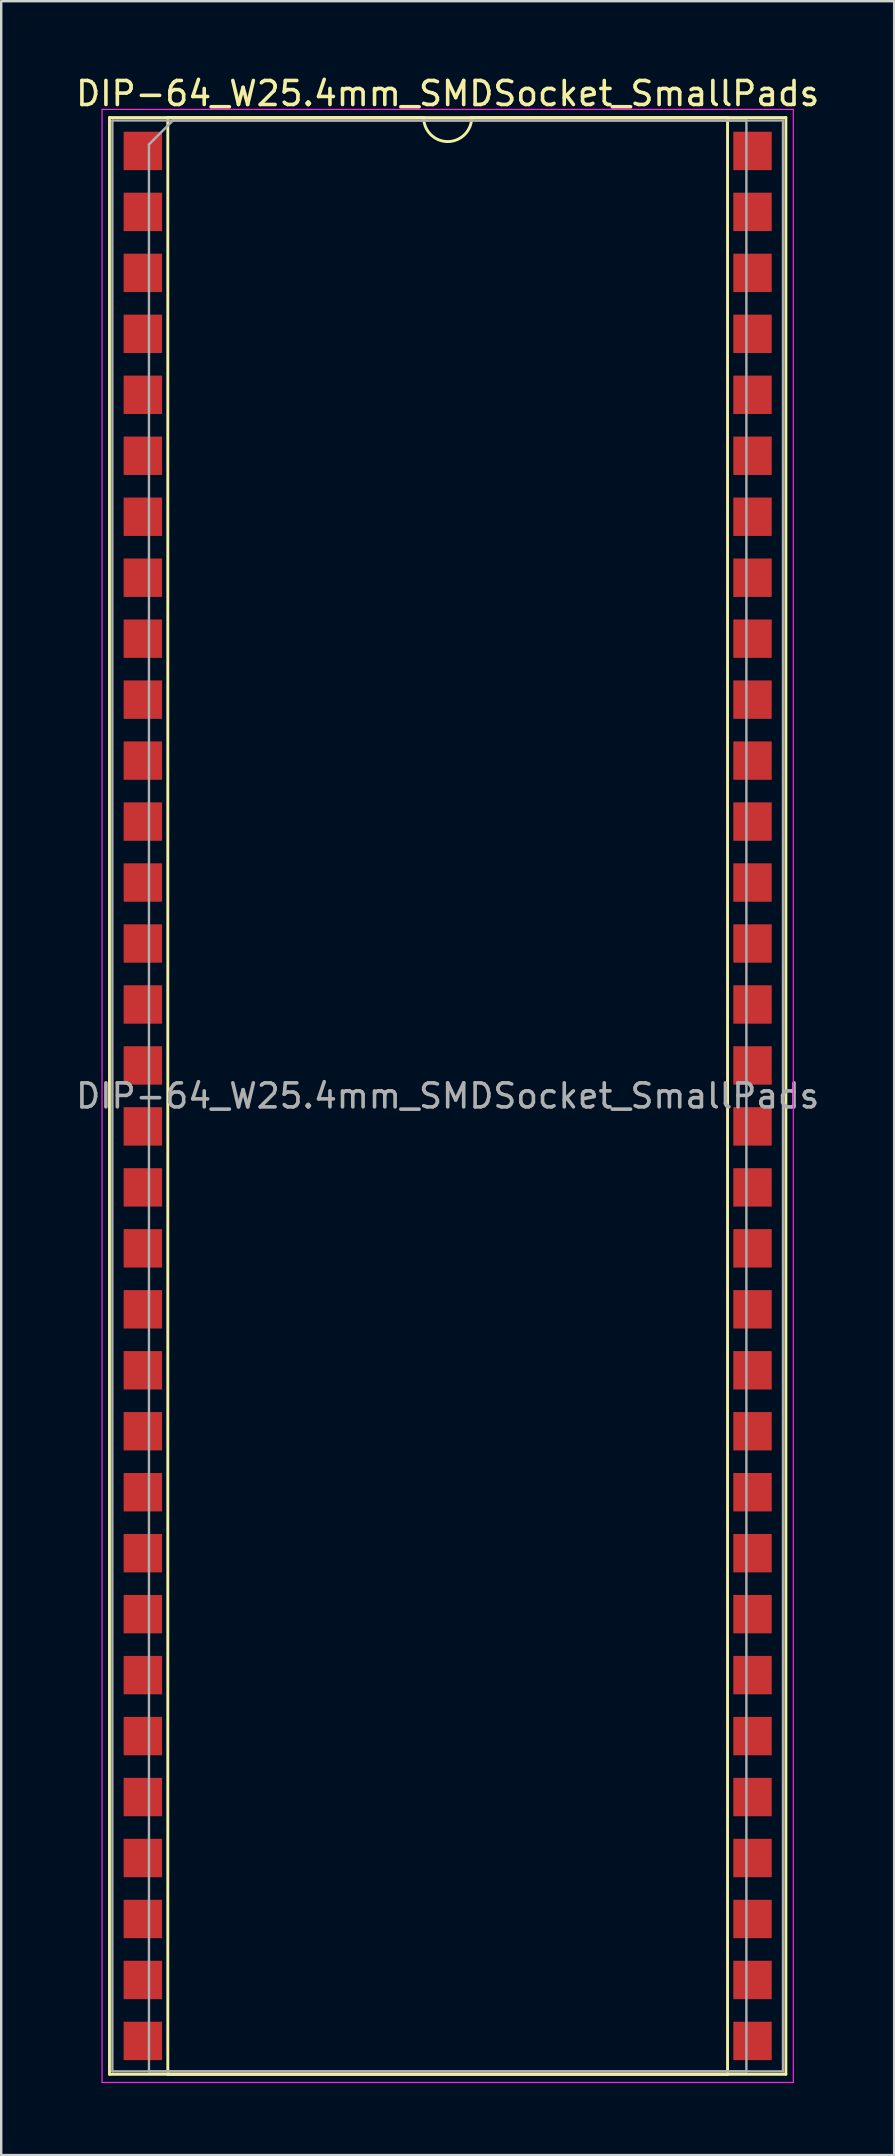
<source format=kicad_pcb>
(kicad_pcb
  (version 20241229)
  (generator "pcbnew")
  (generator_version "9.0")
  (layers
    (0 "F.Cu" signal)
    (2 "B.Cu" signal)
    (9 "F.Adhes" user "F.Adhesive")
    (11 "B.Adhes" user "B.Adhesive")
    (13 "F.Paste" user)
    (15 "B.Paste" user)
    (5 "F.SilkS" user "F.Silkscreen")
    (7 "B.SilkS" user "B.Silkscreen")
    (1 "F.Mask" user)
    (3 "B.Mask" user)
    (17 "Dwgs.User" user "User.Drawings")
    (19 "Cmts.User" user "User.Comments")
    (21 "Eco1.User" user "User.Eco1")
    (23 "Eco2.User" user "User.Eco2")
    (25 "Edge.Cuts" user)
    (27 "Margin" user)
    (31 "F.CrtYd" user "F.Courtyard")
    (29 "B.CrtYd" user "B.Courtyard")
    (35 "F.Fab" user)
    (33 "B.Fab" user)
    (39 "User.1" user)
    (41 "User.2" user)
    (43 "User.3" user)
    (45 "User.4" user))
  (footprint "DIP-64_W25.4mm_SMDSocket_SmallPads"
    (layer "F.Cu")
    (at 15.601 42.608)
    (property "Reference" "DIP-64_W25.4mm_SMDSocket_SmallPads" (at 0 -41.76 0) (layer "F.SilkS") (effects (font (size 1 1) (thickness 0.15))))
    (attr smd)
    (fp_line (start -14.09 -40.76) (end -14.09 40.76) (stroke (width 0.12) (type solid)) (layer "F.SilkS"))
    (fp_line (start -14.09 40.76) (end 14.09 40.76) (stroke (width 0.12) (type solid)) (layer "F.SilkS"))
    (fp_line (start -11.66 -40.76) (end -11.66 40.76) (stroke (width 0.12) (type solid)) (layer "F.SilkS"))
    (fp_line (start -11.66 40.76) (end 11.66 40.76) (stroke (width 0.12) (type solid)) (layer "F.SilkS"))
    (fp_line (start -1 -40.76) (end -11.66 -40.76) (stroke (width 0.12) (type solid)) (layer "F.SilkS"))
    (fp_line (start 11.66 -40.76) (end 1 -40.76) (stroke (width 0.12) (type solid)) (layer "F.SilkS"))
    (fp_line (start 11.66 40.76) (end 11.66 -40.76) (stroke (width 0.12) (type solid)) (layer "F.SilkS"))
    (fp_line (start 14.09 -40.76) (end -14.09 -40.76) (stroke (width 0.12) (type solid)) (layer "F.SilkS"))
    (fp_line (start 14.09 40.76) (end 14.09 -40.76) (stroke (width 0.12) (type solid)) (layer "F.SilkS"))
    (fp_arc (start 1 -40.76) (mid 0 -39.76) (end -1 -40.76) (stroke (width 0.12) (type solid)) (layer "F.SilkS"))
    (fp_line (start -14.4 -41.1) (end -14.4 41.1) (stroke (width 0.05) (type solid)) (layer "F.CrtYd"))
    (fp_line (start -14.4 41.1) (end 14.4 41.1) (stroke (width 0.05) (type solid)) (layer "F.CrtYd"))
    (fp_line (start 14.4 -41.1) (end -14.4 -41.1) (stroke (width 0.05) (type solid)) (layer "F.CrtYd"))
    (fp_line (start 14.4 41.1) (end 14.4 -41.1) (stroke (width 0.05) (type solid)) (layer "F.CrtYd"))
    (fp_line (start -13.97 -40.64) (end -13.97 40.64) (stroke (width 0.1) (type solid)) (layer "F.Fab"))
    (fp_line (start -13.97 40.64) (end 13.97 40.64) (stroke (width 0.1) (type solid)) (layer "F.Fab"))
    (fp_line (start -12.445 -39.64) (end -11.445 -40.64) (stroke (width 0.1) (type solid)) (layer "F.Fab"))
    (fp_line (start -12.445 40.64) (end -12.445 -39.64) (stroke (width 0.1) (type solid)) (layer "F.Fab"))
    (fp_line (start -11.445 -40.64) (end 12.445 -40.64) (stroke (width 0.1) (type solid)) (layer "F.Fab"))
    (fp_line (start 12.445 -40.64) (end 12.445 40.64) (stroke (width 0.1) (type solid)) (layer "F.Fab"))
    (fp_line (start 12.445 40.64) (end -12.445 40.64) (stroke (width 0.1) (type solid)) (layer "F.Fab"))
    (fp_line (start 13.97 -40.64) (end -13.97 -40.64) (stroke (width 0.1) (type solid)) (layer "F.Fab"))
    (fp_line (start 13.97 40.64) (end 13.97 -40.64) (stroke (width 0.1) (type solid)) (layer "F.Fab"))
    (fp_text user "${REFERENCE}" (at 0 0 0) (layer "F.Fab") (effects (font (size 1 1) (thickness 0.15))))
    (pad "1" smd rect (at -12.7 -39.37) (size 1.6 1.6) (layers "F.Cu" "F.Mask" "F.Paste"))
    (pad "2" smd rect (at -12.7 -36.83) (size 1.6 1.6) (layers "F.Cu" "F.Mask" "F.Paste"))
    (pad "3" smd rect (at -12.7 -34.29) (size 1.6 1.6) (layers "F.Cu" "F.Mask" "F.Paste"))
    (pad "4" smd rect (at -12.7 -31.75) (size 1.6 1.6) (layers "F.Cu" "F.Mask" "F.Paste"))
    (pad "5" smd rect (at -12.7 -29.21) (size 1.6 1.6) (layers "F.Cu" "F.Mask" "F.Paste"))
    (pad "6" smd rect (at -12.7 -26.67) (size 1.6 1.6) (layers "F.Cu" "F.Mask" "F.Paste"))
    (pad "7" smd rect (at -12.7 -24.13) (size 1.6 1.6) (layers "F.Cu" "F.Mask" "F.Paste"))
    (pad "8" smd rect (at -12.7 -21.59) (size 1.6 1.6) (layers "F.Cu" "F.Mask" "F.Paste"))
    (pad "9" smd rect (at -12.7 -19.05) (size 1.6 1.6) (layers "F.Cu" "F.Mask" "F.Paste"))
    (pad "10" smd rect (at -12.7 -16.51) (size 1.6 1.6) (layers "F.Cu" "F.Mask" "F.Paste"))
    (pad "11" smd rect (at -12.7 -13.97) (size 1.6 1.6) (layers "F.Cu" "F.Mask" "F.Paste"))
    (pad "12" smd rect (at -12.7 -11.43) (size 1.6 1.6) (layers "F.Cu" "F.Mask" "F.Paste"))
    (pad "13" smd rect (at -12.7 -8.89) (size 1.6 1.6) (layers "F.Cu" "F.Mask" "F.Paste"))
    (pad "14" smd rect (at -12.7 -6.35) (size 1.6 1.6) (layers "F.Cu" "F.Mask" "F.Paste"))
    (pad "15" smd rect (at -12.7 -3.81) (size 1.6 1.6) (layers "F.Cu" "F.Mask" "F.Paste"))
    (pad "16" smd rect (at -12.7 -1.27) (size 1.6 1.6) (layers "F.Cu" "F.Mask" "F.Paste"))
    (pad "17" smd rect (at -12.7 1.27) (size 1.6 1.6) (layers "F.Cu" "F.Mask" "F.Paste"))
    (pad "18" smd rect (at -12.7 3.81) (size 1.6 1.6) (layers "F.Cu" "F.Mask" "F.Paste"))
    (pad "19" smd rect (at -12.7 6.35) (size 1.6 1.6) (layers "F.Cu" "F.Mask" "F.Paste"))
    (pad "20" smd rect (at -12.7 8.89) (size 1.6 1.6) (layers "F.Cu" "F.Mask" "F.Paste"))
    (pad "21" smd rect (at -12.7 11.43) (size 1.6 1.6) (layers "F.Cu" "F.Mask" "F.Paste"))
    (pad "22" smd rect (at -12.7 13.97) (size 1.6 1.6) (layers "F.Cu" "F.Mask" "F.Paste"))
    (pad "23" smd rect (at -12.7 16.51) (size 1.6 1.6) (layers "F.Cu" "F.Mask" "F.Paste"))
    (pad "24" smd rect (at -12.7 19.05) (size 1.6 1.6) (layers "F.Cu" "F.Mask" "F.Paste"))
    (pad "25" smd rect (at -12.7 21.59) (size 1.6 1.6) (layers "F.Cu" "F.Mask" "F.Paste"))
    (pad "26" smd rect (at -12.7 24.13) (size 1.6 1.6) (layers "F.Cu" "F.Mask" "F.Paste"))
    (pad "27" smd rect (at -12.7 26.67) (size 1.6 1.6) (layers "F.Cu" "F.Mask" "F.Paste"))
    (pad "28" smd rect (at -12.7 29.21) (size 1.6 1.6) (layers "F.Cu" "F.Mask" "F.Paste"))
    (pad "29" smd rect (at -12.7 31.75) (size 1.6 1.6) (layers "F.Cu" "F.Mask" "F.Paste"))
    (pad "30" smd rect (at -12.7 34.29) (size 1.6 1.6) (layers "F.Cu" "F.Mask" "F.Paste"))
    (pad "31" smd rect (at -12.7 36.83) (size 1.6 1.6) (layers "F.Cu" "F.Mask" "F.Paste"))
    (pad "32" smd rect (at -12.7 39.37) (size 1.6 1.6) (layers "F.Cu" "F.Mask" "F.Paste"))
    (pad "33" smd rect (at 12.7 39.37) (size 1.6 1.6) (layers "F.Cu" "F.Mask" "F.Paste"))
    (pad "34" smd rect (at 12.7 36.83) (size 1.6 1.6) (layers "F.Cu" "F.Mask" "F.Paste"))
    (pad "35" smd rect (at 12.7 34.29) (size 1.6 1.6) (layers "F.Cu" "F.Mask" "F.Paste"))
    (pad "36" smd rect (at 12.7 31.75) (size 1.6 1.6) (layers "F.Cu" "F.Mask" "F.Paste"))
    (pad "37" smd rect (at 12.7 29.21) (size 1.6 1.6) (layers "F.Cu" "F.Mask" "F.Paste"))
    (pad "38" smd rect (at 12.7 26.67) (size 1.6 1.6) (layers "F.Cu" "F.Mask" "F.Paste"))
    (pad "39" smd rect (at 12.7 24.13) (size 1.6 1.6) (layers "F.Cu" "F.Mask" "F.Paste"))
    (pad "40" smd rect (at 12.7 21.59) (size 1.6 1.6) (layers "F.Cu" "F.Mask" "F.Paste"))
    (pad "41" smd rect (at 12.7 19.05) (size 1.6 1.6) (layers "F.Cu" "F.Mask" "F.Paste"))
    (pad "42" smd rect (at 12.7 16.51) (size 1.6 1.6) (layers "F.Cu" "F.Mask" "F.Paste"))
    (pad "43" smd rect (at 12.7 13.97) (size 1.6 1.6) (layers "F.Cu" "F.Mask" "F.Paste"))
    (pad "44" smd rect (at 12.7 11.43) (size 1.6 1.6) (layers "F.Cu" "F.Mask" "F.Paste"))
    (pad "45" smd rect (at 12.7 8.89) (size 1.6 1.6) (layers "F.Cu" "F.Mask" "F.Paste"))
    (pad "46" smd rect (at 12.7 6.35) (size 1.6 1.6) (layers "F.Cu" "F.Mask" "F.Paste"))
    (pad "47" smd rect (at 12.7 3.81) (size 1.6 1.6) (layers "F.Cu" "F.Mask" "F.Paste"))
    (pad "48" smd rect (at 12.7 1.27) (size 1.6 1.6) (layers "F.Cu" "F.Mask" "F.Paste"))
    (pad "49" smd rect (at 12.7 -1.27) (size 1.6 1.6) (layers "F.Cu" "F.Mask" "F.Paste"))
    (pad "50" smd rect (at 12.7 -3.81) (size 1.6 1.6) (layers "F.Cu" "F.Mask" "F.Paste"))
    (pad "51" smd rect (at 12.7 -6.35) (size 1.6 1.6) (layers "F.Cu" "F.Mask" "F.Paste"))
    (pad "52" smd rect (at 12.7 -8.89) (size 1.6 1.6) (layers "F.Cu" "F.Mask" "F.Paste"))
    (pad "53" smd rect (at 12.7 -11.43) (size 1.6 1.6) (layers "F.Cu" "F.Mask" "F.Paste"))
    (pad "54" smd rect (at 12.7 -13.97) (size 1.6 1.6) (layers "F.Cu" "F.Mask" "F.Paste"))
    (pad "55" smd rect (at 12.7 -16.51) (size 1.6 1.6) (layers "F.Cu" "F.Mask" "F.Paste"))
    (pad "56" smd rect (at 12.7 -19.05) (size 1.6 1.6) (layers "F.Cu" "F.Mask" "F.Paste"))
    (pad "57" smd rect (at 12.7 -21.59) (size 1.6 1.6) (layers "F.Cu" "F.Mask" "F.Paste"))
    (pad "58" smd rect (at 12.7 -24.13) (size 1.6 1.6) (layers "F.Cu" "F.Mask" "F.Paste"))
    (pad "59" smd rect (at 12.7 -26.67) (size 1.6 1.6) (layers "F.Cu" "F.Mask" "F.Paste"))
    (pad "60" smd rect (at 12.7 -29.21) (size 1.6 1.6) (layers "F.Cu" "F.Mask" "F.Paste"))
    (pad "61" smd rect (at 12.7 -31.75) (size 1.6 1.6) (layers "F.Cu" "F.Mask" "F.Paste"))
    (pad "62" smd rect (at 12.7 -34.29) (size 1.6 1.6) (layers "F.Cu" "F.Mask" "F.Paste"))
    (pad "63" smd rect (at 12.7 -36.83) (size 1.6 1.6) (layers "F.Cu" "F.Mask" "F.Paste"))
    (pad "64" smd rect (at 12.7 -39.37) (size 1.6 1.6) (layers "F.Cu" "F.Mask" "F.Paste")))
  (gr_rect
    (start -3 -3)
    (end 34.202 86.733)
    (stroke (width 0.1) (type default))
    (fill no)
    (layer "Edge.Cuts")))
</source>
